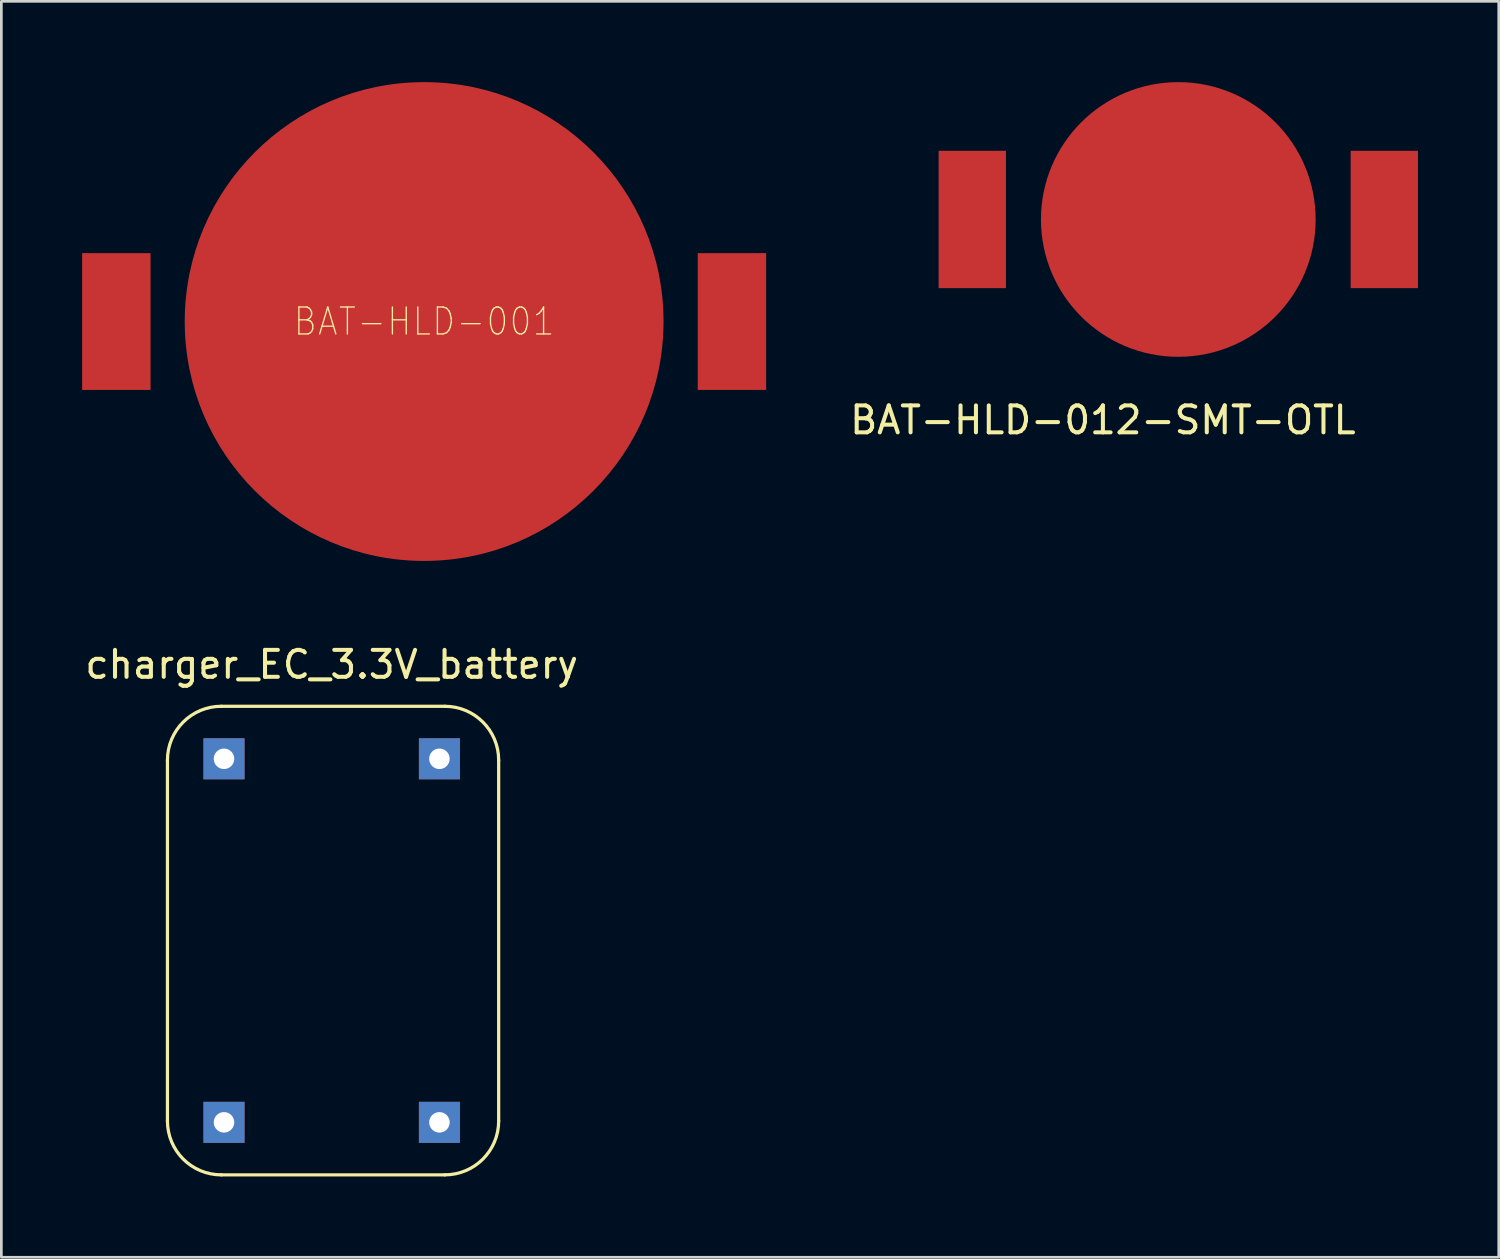
<source format=kicad_pcb>
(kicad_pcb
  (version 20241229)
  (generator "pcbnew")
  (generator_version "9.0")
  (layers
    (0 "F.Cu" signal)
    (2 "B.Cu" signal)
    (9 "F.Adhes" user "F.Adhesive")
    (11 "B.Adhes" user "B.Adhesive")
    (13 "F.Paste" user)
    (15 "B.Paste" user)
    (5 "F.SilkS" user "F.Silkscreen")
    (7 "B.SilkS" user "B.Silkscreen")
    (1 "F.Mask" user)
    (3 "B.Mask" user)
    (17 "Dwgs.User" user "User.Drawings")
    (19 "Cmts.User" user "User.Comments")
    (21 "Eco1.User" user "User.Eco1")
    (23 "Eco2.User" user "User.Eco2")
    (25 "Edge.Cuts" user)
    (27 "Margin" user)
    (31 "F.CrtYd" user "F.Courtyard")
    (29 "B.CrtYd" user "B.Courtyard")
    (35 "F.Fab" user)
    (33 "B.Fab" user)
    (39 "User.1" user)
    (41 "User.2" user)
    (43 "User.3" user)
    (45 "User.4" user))
  (footprint "BAT-HLD-001"
    (layer "F.Cu")
    (at 12.7 8.89)
    (property "Reference" "BAT-HLD-001" (at 0 0 0) (layer "F.SilkS") (effects (font (size 1 0.9) (thickness 0.05))))
    (attr smd)
    (pad "1" smd circle (at 0 0) (size 17.78 17.78) (layers "F.Cu" "F.Mask" "F.Paste"))
    (pad "2" smd rect (at -11.43 0) (size 2.54 5.08) (layers "F.Cu" "F.Mask" "F.Paste"))
    (pad "2" smd rect (at 11.43 0) (size 2.54 5.08) (layers "F.Cu" "F.Mask" "F.Paste")))
  (footprint "BAT-HLD-012-SMT-OTL"
    (layer "F.Cu")
    (at 40.706 5.1)
    (property "Reference" "BAT-HLD-012-SMT-OTL" (at -2.8 7.45 0) (layer "F.SilkS") (effects (font (size 1 1) (thickness 0.15))))
    (attr through_hole)
    (pad "1" smd circle (at 0 0) (size 10.2 10.2) (layers "F.Cu" "F.Mask" "F.Paste"))
    (pad "2" smd rect (at -7.65 0) (size 2.5 5.1) (layers "F.Cu" "F.Mask" "F.Paste"))
    (pad "2" smd rect (at 7.65 0) (size 2.5 5.1) (layers "F.Cu" "F.Mask" "F.Paste")))
  (footprint "charger_EC_3.3V_battery"
    (layer "F.Cu")
    (at 9.268 31.878)
    (property "Reference" "charger_EC_3.3V_battery" (at 0 -10.25 0) (layer "F.SilkS") (effects (font (size 1 1) (thickness 0.15))))
    (attr through_hole)
    (fp_line (start -6.1 -6.7) (end -6.1 6.7) (stroke (width 0.12) (type solid)) (layer "F.SilkS"))
    (fp_line (start 4.2 -8.7) (end -4.1 -8.7) (stroke (width 0.12) (type solid)) (layer "F.SilkS"))
    (fp_line (start 4.2 8.7) (end -4.1 8.7) (stroke (width 0.12) (type solid)) (layer "F.SilkS"))
    (fp_line (start 6.2 6.7) (end 6.2 -6.7) (stroke (width 0.12) (type solid)) (layer "F.SilkS"))
    (fp_arc (start -6.1 -6.7) (mid -5.514214 -8.114214) (end -4.1 -8.7) (stroke (width 0.12) (type solid)) (layer "F.SilkS"))
    (fp_arc (start -4.1 8.7) (mid -5.514214 8.114214) (end -6.1 6.7) (stroke (width 0.12) (type solid)) (layer "F.SilkS"))
    (fp_arc (start 4.2 -8.7) (mid 5.614214 -8.114214) (end 6.2 -6.7) (stroke (width 0.12) (type solid)) (layer "F.SilkS"))
    (fp_arc (start 6.2 6.7) (mid 5.614214 8.114214) (end 4.2 8.7) (stroke (width 0.12) (type solid)) (layer "F.SilkS"))
    (pad "1" thru_hole rect (at 4 -6.75) (size 1.524 1.524) (drill 0.762) (layers "*.Cu" "*.Mask"))
    (pad "2" thru_hole rect (at -4 -6.75) (size 1.524 1.524) (drill 0.762) (layers "*.Cu" "*.Mask"))
    (pad "3" thru_hole rect (at 4 6.75) (size 1.524 1.524) (drill 0.762) (layers "*.Cu" "*.Mask"))
    (pad "4" thru_hole rect (at -4 6.75) (size 1.524 1.524) (drill 0.762) (layers "*.Cu" "*.Mask")))
  (gr_rect
    (start -3 -3)
    (end 52.606 43.638)
    (stroke (width 0.1) (type default))
    (fill no)
    (layer "Edge.Cuts")))
</source>
